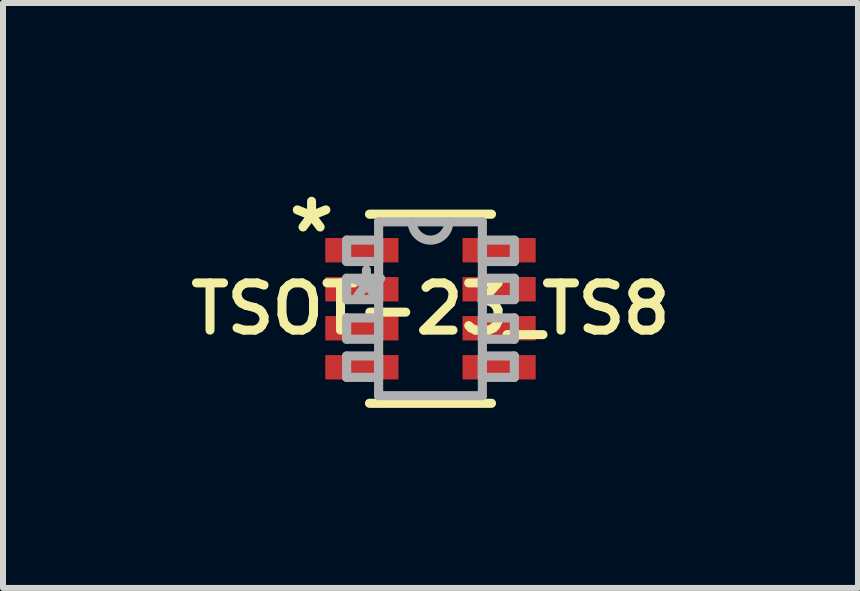
<source format=kicad_pcb>
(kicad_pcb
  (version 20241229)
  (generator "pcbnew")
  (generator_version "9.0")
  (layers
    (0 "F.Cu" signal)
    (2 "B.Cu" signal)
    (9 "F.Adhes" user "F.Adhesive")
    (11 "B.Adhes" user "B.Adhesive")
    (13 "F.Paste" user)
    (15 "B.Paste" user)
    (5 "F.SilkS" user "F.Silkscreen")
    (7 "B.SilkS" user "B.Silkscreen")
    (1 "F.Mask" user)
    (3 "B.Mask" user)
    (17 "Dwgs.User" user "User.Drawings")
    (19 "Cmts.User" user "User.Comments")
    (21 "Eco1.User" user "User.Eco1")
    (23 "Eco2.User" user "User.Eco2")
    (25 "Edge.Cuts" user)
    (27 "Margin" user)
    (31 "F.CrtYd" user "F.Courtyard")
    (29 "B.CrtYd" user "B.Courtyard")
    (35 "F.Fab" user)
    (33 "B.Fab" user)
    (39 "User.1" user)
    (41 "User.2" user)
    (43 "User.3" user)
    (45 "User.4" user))
  (footprint "TSOT-23_TS8"
    (layer "F.Cu")
    (at 4.121 2.093)
    (property "Reference" "TSOT-23_TS8" (at 0 0 0) (layer "F.SilkS") (effects (font (size 0.787 0.787) (thickness 0.15))))
    (attr smd)
    (fp_line (start -1.016 1.575) (end 1.016 1.575) (stroke (width 0.152) (type solid)) (layer "F.SilkS"))
    (fp_line (start 1.016 -1.575) (end -1.016 -1.575) (stroke (width 0.152) (type solid)) (layer "F.SilkS"))
    (fp_line (start -1.397 -1.143) (end -1.397 -0.787) (stroke (width 0.152) (type solid)) (layer "F.Fab"))
    (fp_line (start -1.397 -0.787) (end -0.864 -0.787) (stroke (width 0.152) (type solid)) (layer "F.Fab"))
    (fp_line (start -1.397 -0.508) (end -1.397 -0.152) (stroke (width 0.152) (type solid)) (layer "F.Fab"))
    (fp_line (start -1.397 -0.152) (end -0.864 -0.152) (stroke (width 0.152) (type solid)) (layer "F.Fab"))
    (fp_line (start -1.397 0.152) (end -1.397 0.508) (stroke (width 0.152) (type solid)) (layer "F.Fab"))
    (fp_line (start -1.397 0.508) (end -0.864 0.508) (stroke (width 0.152) (type solid)) (layer "F.Fab"))
    (fp_line (start -1.397 0.787) (end -1.397 1.143) (stroke (width 0.152) (type solid)) (layer "F.Fab"))
    (fp_line (start -1.397 1.143) (end -0.864 1.143) (stroke (width 0.152) (type solid)) (layer "F.Fab"))
    (fp_line (start -0.864 -1.448) (end -0.864 1.448) (stroke (width 0.152) (type solid)) (layer "F.Fab"))
    (fp_line (start -0.864 -1.143) (end -1.397 -1.143) (stroke (width 0.152) (type solid)) (layer "F.Fab"))
    (fp_line (start -0.864 -0.787) (end -0.864 -1.143) (stroke (width 0.152) (type solid)) (layer "F.Fab"))
    (fp_line (start -0.864 -0.508) (end -1.397 -0.508) (stroke (width 0.152) (type solid)) (layer "F.Fab"))
    (fp_line (start -0.864 -0.152) (end -0.864 -0.508) (stroke (width 0.152) (type solid)) (layer "F.Fab"))
    (fp_line (start -0.864 0.152) (end -1.397 0.152) (stroke (width 0.152) (type solid)) (layer "F.Fab"))
    (fp_line (start -0.864 0.508) (end -0.864 0.152) (stroke (width 0.152) (type solid)) (layer "F.Fab"))
    (fp_line (start -0.864 0.787) (end -1.397 0.787) (stroke (width 0.152) (type solid)) (layer "F.Fab"))
    (fp_line (start -0.864 1.143) (end -0.864 0.787) (stroke (width 0.152) (type solid)) (layer "F.Fab"))
    (fp_line (start -0.864 1.448) (end 0.864 1.448) (stroke (width 0.152) (type solid)) (layer "F.Fab"))
    (fp_line (start -0.305 -1.448) (end -0.864 -1.448) (stroke (width 0.152) (type solid)) (layer "F.Fab"))
    (fp_line (start 0.305 -1.448) (end -0.305 -1.448) (stroke (width 0.152) (type solid)) (layer "F.Fab"))
    (fp_line (start 0.864 -1.448) (end 0.305 -1.448) (stroke (width 0.152) (type solid)) (layer "F.Fab"))
    (fp_line (start 0.864 -1.143) (end 0.864 -0.787) (stroke (width 0.152) (type solid)) (layer "F.Fab"))
    (fp_line (start 0.864 -0.787) (end 1.397 -0.787) (stroke (width 0.152) (type solid)) (layer "F.Fab"))
    (fp_line (start 0.864 -0.508) (end 0.864 -0.152) (stroke (width 0.152) (type solid)) (layer "F.Fab"))
    (fp_line (start 0.864 -0.152) (end 1.397 -0.152) (stroke (width 0.152) (type solid)) (layer "F.Fab"))
    (fp_line (start 0.864 0.152) (end 0.864 0.508) (stroke (width 0.152) (type solid)) (layer "F.Fab"))
    (fp_line (start 0.864 0.508) (end 1.397 0.508) (stroke (width 0.152) (type solid)) (layer "F.Fab"))
    (fp_line (start 0.864 0.787) (end 0.864 1.143) (stroke (width 0.152) (type solid)) (layer "F.Fab"))
    (fp_line (start 0.864 1.143) (end 1.397 1.143) (stroke (width 0.152) (type solid)) (layer "F.Fab"))
    (fp_line (start 0.864 1.448) (end 0.864 -1.448) (stroke (width 0.152) (type solid)) (layer "F.Fab"))
    (fp_line (start 1.397 -1.143) (end 0.864 -1.143) (stroke (width 0.152) (type solid)) (layer "F.Fab"))
    (fp_line (start 1.397 -0.787) (end 1.397 -1.143) (stroke (width 0.152) (type solid)) (layer "F.Fab"))
    (fp_line (start 1.397 -0.508) (end 0.864 -0.508) (stroke (width 0.152) (type solid)) (layer "F.Fab"))
    (fp_line (start 1.397 -0.152) (end 1.397 -0.508) (stroke (width 0.152) (type solid)) (layer "F.Fab"))
    (fp_line (start 1.397 0.152) (end 0.864 0.152) (stroke (width 0.152) (type solid)) (layer "F.Fab"))
    (fp_line (start 1.397 0.508) (end 1.397 0.152) (stroke (width 0.152) (type solid)) (layer "F.Fab"))
    (fp_line (start 1.397 0.787) (end 0.864 0.787) (stroke (width 0.152) (type solid)) (layer "F.Fab"))
    (fp_line (start 1.397 1.143) (end 1.397 0.787) (stroke (width 0.152) (type solid)) (layer "F.Fab"))
    (fp_arc (start 0.3048 -1.4478) (mid 0 -1.143) (end -0.3048 -1.4478) (stroke (width 0.1524) (type solid)) (layer "F.Fab"))
    (fp_text user "*" (at -1.981 -1.245 0) (layer "F.SilkS") (effects (font (size 1 1) (thickness 0.15))))
    (fp_text user "*" (at -1.067 -0.102 0) (layer "F.Fab") (effects (font (size 1 1) (thickness 0.15))))
    (pad "1" smd rect (at -1.143 -0.975) (size 1.219 0.406) (layers "F.Cu" "F.Mask" "F.Paste"))
    (pad "2" smd rect (at -1.143 -0.325) (size 1.219 0.406) (layers "F.Cu" "F.Mask" "F.Paste"))
    (pad "3" smd rect (at -1.143 0.325) (size 1.219 0.406) (layers "F.Cu" "F.Mask" "F.Paste"))
    (pad "4" smd rect (at -1.143 0.975) (size 1.219 0.406) (layers "F.Cu" "F.Mask" "F.Paste"))
    (pad "5" smd rect (at 1.143 0.975) (size 1.219 0.406) (layers "F.Cu" "F.Mask" "F.Paste"))
    (pad "6" smd rect (at 1.143 0.325) (size 1.219 0.406) (layers "F.Cu" "F.Mask" "F.Paste"))
    (pad "7" smd rect (at 1.143 -0.325) (size 1.219 0.406) (layers "F.Cu" "F.Mask" "F.Paste"))
    (pad "8" smd rect (at 1.143 -0.975) (size 1.219 0.406) (layers "F.Cu" "F.Mask" "F.Paste")))
  (gr_rect
    (start -3 -3)
    (end 11.242 6.744)
    (stroke (width 0.1) (type default))
    (fill no)
    (layer "Edge.Cuts")))
</source>
